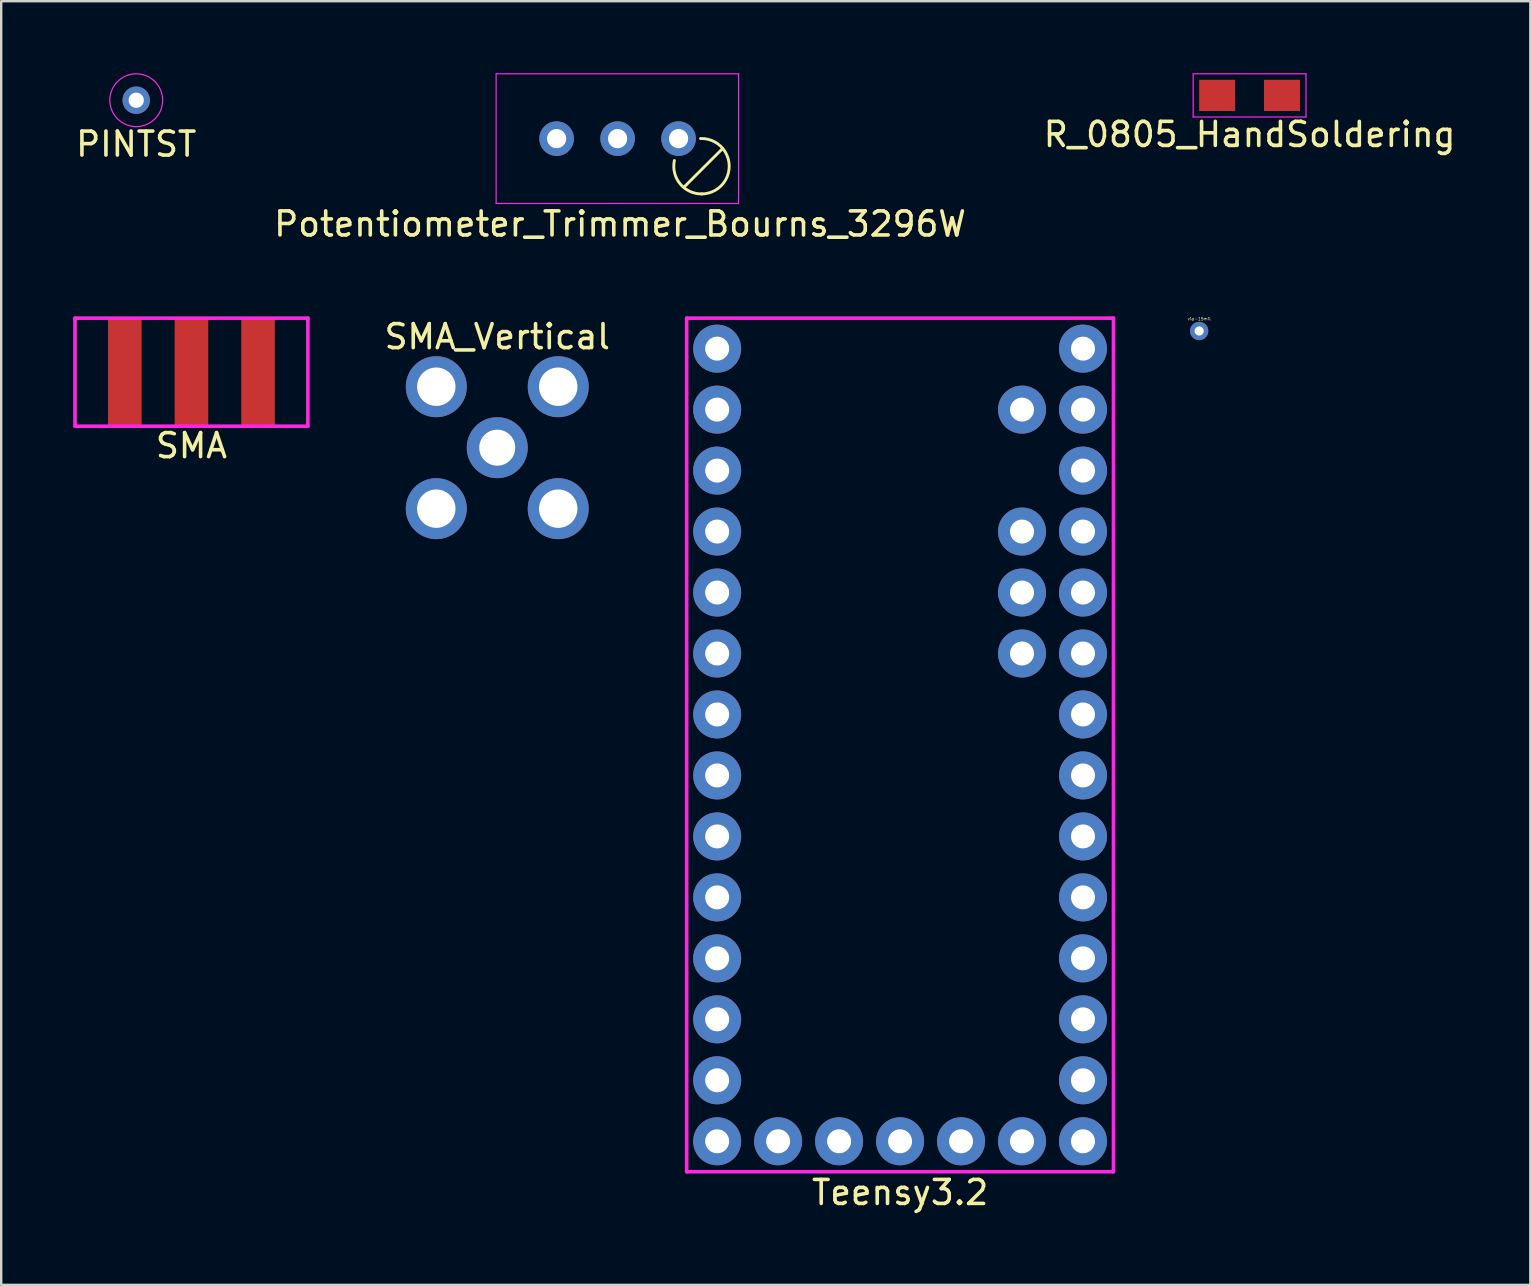
<source format=kicad_pcb>
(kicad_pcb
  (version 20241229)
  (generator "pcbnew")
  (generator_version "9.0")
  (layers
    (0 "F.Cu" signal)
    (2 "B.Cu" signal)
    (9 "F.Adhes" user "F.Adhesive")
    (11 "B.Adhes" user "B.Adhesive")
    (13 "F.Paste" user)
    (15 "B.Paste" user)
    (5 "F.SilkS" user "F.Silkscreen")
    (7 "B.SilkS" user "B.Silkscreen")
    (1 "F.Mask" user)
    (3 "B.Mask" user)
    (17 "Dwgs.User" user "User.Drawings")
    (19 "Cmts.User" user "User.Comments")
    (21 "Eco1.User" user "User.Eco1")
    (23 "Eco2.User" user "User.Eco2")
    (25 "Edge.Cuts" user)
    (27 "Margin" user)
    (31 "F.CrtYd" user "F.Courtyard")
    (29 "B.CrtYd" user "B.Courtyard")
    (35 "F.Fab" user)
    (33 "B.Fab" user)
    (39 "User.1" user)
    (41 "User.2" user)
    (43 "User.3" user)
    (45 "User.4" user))
  (footprint "R_0805_HandSoldering"
    (layer "F.Cu")
    (at 49.006 0.925)
    (property "Reference" "R_0805_HandSoldering" (at 0 1.626 0) (layer "F.SilkS") (effects (font (size 1 1) (thickness 0.15))))
    (attr smd)
    (fp_line (start -2.35 -0.9) (end -2.35 0.9) (stroke (width 0.05) (type solid)) (layer "F.CrtYd"))
    (fp_line (start -2.35 -0.9) (end 2.35 -0.9) (stroke (width 0.05) (type solid)) (layer "F.CrtYd"))
    (fp_line (start 2.35 0.9) (end -2.35 0.9) (stroke (width 0.05) (type solid)) (layer "F.CrtYd"))
    (fp_line (start 2.35 0.9) (end 2.35 -0.9) (stroke (width 0.05) (type solid)) (layer "F.CrtYd"))
    (pad "1" smd rect (at -1.35 0) (size 1.5 1.3) (layers "F.Cu" "F.Mask" "F.Paste"))
    (pad "2" smd rect (at 1.35 0) (size 1.5 1.3) (layers "F.Cu" "F.Mask" "F.Paste")))
  (footprint "Potentiometer_Trimmer_Bourns_3296W"
    (layer "F.Cu")
    (at 25.218 2.725)
    (property "Reference" "Potentiometer_Trimmer_Bourns_3296W" (at -2.438 3.556 0) (layer "F.SilkS") (effects (font (size 1 1) (thickness 0.15))))
    (attr through_hole)
    (fp_line (start 1.831 0.416) (end 0.22 2.026) (stroke (width 0.12) (type solid)) (layer "F.SilkS"))
    (fp_arc (start 0.914691 -0.004296) (mid 2.109824 1.129842) (end 0.955 2.305) (stroke (width 0.12) (type solid)) (layer "F.SilkS"))
    (fp_arc (start 0.975121 2.304052) (mid 0.064355 1.884161) (end -0.174 0.91) (stroke (width 0.12) (type solid)) (layer "F.SilkS"))
    (fp_line (start -7.6 -2.7) (end -7.6 2.7) (stroke (width 0.05) (type solid)) (layer "F.CrtYd"))
    (fp_line (start -7.6 2.7) (end 2.5 2.7) (stroke (width 0.05) (type solid)) (layer "F.CrtYd"))
    (fp_line (start 2.5 -2.7) (end -7.6 -2.7) (stroke (width 0.05) (type solid)) (layer "F.CrtYd"))
    (fp_line (start 2.5 2.7) (end 2.5 -2.7) (stroke (width 0.05) (type solid)) (layer "F.CrtYd"))
    (pad "1" thru_hole circle (at 0 0) (size 1.44 1.44) (drill 0.8) (layers "*.Cu" "*.Mask"))
    (pad "2" thru_hole circle (at -2.54 0) (size 1.44 1.44) (drill 0.8) (layers "*.Cu" "*.Mask"))
    (pad "3" thru_hole circle (at -5.08 0) (size 1.44 1.44) (drill 0.8) (layers "*.Cu" "*.Mask")))
  (footprint "SMA_Vertical"
    (layer "F.Cu")
    (at 17.665 15.6)
    (property "Reference" "SMA_Vertical" (at 0 -4.623 0) (layer "F.SilkS") (effects (font (size 1 1) (thickness 0.15))))
    (attr through_hole)
    (pad "1" thru_hole circle (at 0 0) (size 2.54 2.54) (drill 1.5) (layers "*.Cu" "*.Mask"))
    (pad "2" thru_hole circle (at -2.54 -2.54) (size 2.54 2.54) (drill 1.6) (layers "*.Cu"))
    (pad "2" thru_hole circle (at -2.54 2.54) (size 2.54 2.54) (drill 1.6) (layers "*.Cu"))
    (pad "2" thru_hole circle (at 2.54 -2.54) (size 2.54 2.54) (drill 1.6) (layers "*.Cu"))
    (pad "2" thru_hole circle (at 2.54 2.54) (size 2.54 2.54) (drill 1.6) (layers "*.Cu")))
  (footprint "via-15mil"
    (layer "F.Cu")
    (at 46.906 10.739)
    (property "Reference" "via-15mil" (at 0 -0.508 0) (layer "F.SilkS") (effects (font (size 0.127 0.127) (thickness 0.000001))))
    (attr through_hole)
    (pad "1" thru_hole circle (at 0 0) (size 0.762 0.762) (drill 0.381) (layers "*.Cu")))
  (footprint "Teensy3.2"
    (layer "F.Cu")
    (at 34.446 45.764)
    (property "Reference" "Teensy3.2" (at 0 0.864 0) (layer "F.SilkS") (effects (font (size 1 1) (thickness 0.15))))
    (attr through_hole)
    (fp_line (start -8.89 -35.56) (end 8.89 -35.56) (stroke (width 0.15) (type solid)) (layer "F.CrtYd"))
    (fp_line (start -8.89 0) (end -8.89 -35.56) (stroke (width 0.15) (type solid)) (layer "F.CrtYd"))
    (fp_line (start -8.89 0) (end 8.89 0) (stroke (width 0.15) (type solid)) (layer "F.CrtYd"))
    (fp_line (start 8.89 0) (end 8.89 -35.56) (stroke (width 0.15) (type solid)) (layer "F.CrtYd"))
    (pad "" thru_hole circle (at 5.08 -31.75) (size 2 2) (drill 1) (layers "*.Cu" "*.Mask"))
    (pad "" thru_hole circle (at 5.08 -26.67) (size 2 2) (drill 1) (layers "*.Cu" "*.Mask"))
    (pad "" thru_hole circle (at 5.08 -24.13) (size 2 2) (drill 1) (layers "*.Cu" "*.Mask"))
    (pad "" thru_hole circle (at 5.08 -21.59) (size 2 2) (drill 1) (layers "*.Cu" "*.Mask"))
    (pad "0" thru_hole circle (at -7.62 -34.29) (size 2 2) (drill 1) (layers "*.Cu" "*.Mask"))
    (pad "1" thru_hole circle (at -7.62 -31.75) (size 2 2) (drill 1) (layers "*.Cu" "*.Mask"))
    (pad "2" thru_hole circle (at -7.62 -29.21) (size 2 2) (drill 1) (layers "*.Cu" "*.Mask"))
    (pad "3" thru_hole circle (at -7.62 -26.67) (size 2 2) (drill 1) (layers "*.Cu" "*.Mask"))
    (pad "4" thru_hole circle (at -7.62 -24.13) (size 2 2) (drill 1) (layers "*.Cu" "*.Mask"))
    (pad "5" thru_hole circle (at -7.62 -21.59) (size 2 2) (drill 1) (layers "*.Cu" "*.Mask"))
    (pad "6" thru_hole circle (at -7.62 -19.05) (size 2 2) (drill 1) (layers "*.Cu" "*.Mask"))
    (pad "7" thru_hole circle (at -7.62 -16.51) (size 2 2) (drill 1) (layers "*.Cu" "*.Mask"))
    (pad "8" thru_hole circle (at -7.62 -13.97) (size 2 2) (drill 1) (layers "*.Cu" "*.Mask"))
    (pad "9" thru_hole circle (at -7.62 -11.43) (size 2 2) (drill 1) (layers "*.Cu" "*.Mask"))
    (pad "10" thru_hole circle (at -7.62 -8.89) (size 2 2) (drill 1) (layers "*.Cu" "*.Mask"))
    (pad "11" thru_hole circle (at -7.62 -6.35) (size 2 2) (drill 1) (layers "*.Cu" "*.Mask"))
    (pad "12" thru_hole circle (at -7.62 -3.81) (size 2 2) (drill 1) (layers "*.Cu" "*.Mask"))
    (pad "13" thru_hole circle (at -7.62 -1.27) (size 2 2) (drill 1) (layers "*.Cu" "*.Mask"))
    (pad "14" thru_hole circle (at -5.08 -1.27) (size 2 2) (drill 1) (layers "*.Cu" "*.Mask"))
    (pad "15" thru_hole circle (at -2.54 -1.27) (size 2 2) (drill 1) (layers "*.Cu" "*.Mask"))
    (pad "16" thru_hole circle (at 0 -1.27) (size 2 2) (drill 1) (layers "*.Cu" "*.Mask"))
    (pad "17" thru_hole circle (at 2.54 -1.27) (size 2 2) (drill 1) (layers "*.Cu" "*.Mask"))
    (pad "18" thru_hole circle (at 5.08 -1.27) (size 2 2) (drill 1) (layers "*.Cu" "*.Mask"))
    (pad "19" thru_hole circle (at 7.62 -1.27) (size 2 2) (drill 1) (layers "*.Cu" "*.Mask"))
    (pad "20" thru_hole circle (at 7.62 -3.81) (size 2 2) (drill 1) (layers "*.Cu" "*.Mask"))
    (pad "21" thru_hole circle (at 7.62 -6.35) (size 2 2) (drill 1) (layers "*.Cu" "*.Mask"))
    (pad "22" thru_hole circle (at 7.62 -8.89) (size 2 2) (drill 1) (layers "*.Cu" "*.Mask"))
    (pad "23" thru_hole circle (at 7.62 -11.43) (size 2 2) (drill 1) (layers "*.Cu" "*.Mask"))
    (pad "24" thru_hole circle (at 7.62 -13.97) (size 2 2) (drill 1) (layers "*.Cu" "*.Mask"))
    (pad "25" thru_hole circle (at 7.62 -16.51) (size 2 2) (drill 1) (layers "*.Cu" "*.Mask"))
    (pad "26" thru_hole circle (at 7.62 -19.05) (size 2 2) (drill 1) (layers "*.Cu" "*.Mask"))
    (pad "27" thru_hole circle (at 7.62 -21.59) (size 2 2) (drill 1) (layers "*.Cu" "*.Mask"))
    (pad "28" thru_hole circle (at 7.62 -24.13) (size 2 2) (drill 1) (layers "*.Cu" "*.Mask"))
    (pad "29" thru_hole circle (at 7.62 -26.67) (size 2 2) (drill 1) (layers "*.Cu" "*.Mask"))
    (pad "30" thru_hole circle (at 7.62 -29.21) (size 2 2) (drill 1) (layers "*.Cu" "*.Mask"))
    (pad "31" thru_hole circle (at 7.62 -31.75) (size 2 2) (drill 1) (layers "*.Cu" "*.Mask"))
    (pad "32" thru_hole circle (at 7.62 -34.29) (size 2 2) (drill 1) (layers "*.Cu" "*.Mask")))
  (footprint "SMA"
    (layer "F.Cu")
    (at 4.925 14.704)
    (property "Reference" "SMA" (at 0 0.813 0) (layer "F.SilkS") (effects (font (size 1 1) (thickness 0.15))))
    (attr through_hole)
    (fp_line (start -4.85 -4.5) (end 4.85 -4.5) (stroke (width 0.15) (type solid)) (layer "F.CrtYd"))
    (fp_line (start -4.85 0) (end -4.85 -4.5) (stroke (width 0.15) (type solid)) (layer "F.CrtYd"))
    (fp_line (start -4.85 0) (end 4.85 0) (stroke (width 0.15) (type solid)) (layer "F.CrtYd"))
    (fp_line (start 4.85 0) (end 4.85 -4.5) (stroke (width 0.15) (type solid)) (layer "F.CrtYd"))
    (pad "1" connect rect (at 0 -2.25) (size 1.4 4.5) (layers "F.Cu" "F.Mask"))
    (pad "2" connect rect (at -2.775 -2.25) (size 1.4 4.5) (layers "F.Cu" "F.Mask"))
    (pad "2" connect rect (at 2.775 -2.25) (size 1.4 4.5) (layers "F.Cu" "F.Mask")))
  (footprint "PINTST"
    (layer "F.Cu")
    (at 2.625 1.125)
    (property "Reference" "PINTST" (at 0 1.829 0) (layer "F.SilkS") (effects (font (size 1 1) (thickness 0.15))))
    (attr through_hole)
    (fp_circle (center 0 0) (end 1.1 0) (stroke (width 0.05) (type solid)) (fill no) (layer "F.CrtYd"))
    (pad "1" thru_hole circle (at 0 0) (size 1.143 1.143) (drill 0.635) (layers "*.Cu" "*.Mask")))
  (gr_rect
    (start -3 -3)
    (end 60.702 50.476)
    (stroke (width 0.1) (type default))
    (fill no)
    (layer "Edge.Cuts")))
</source>
